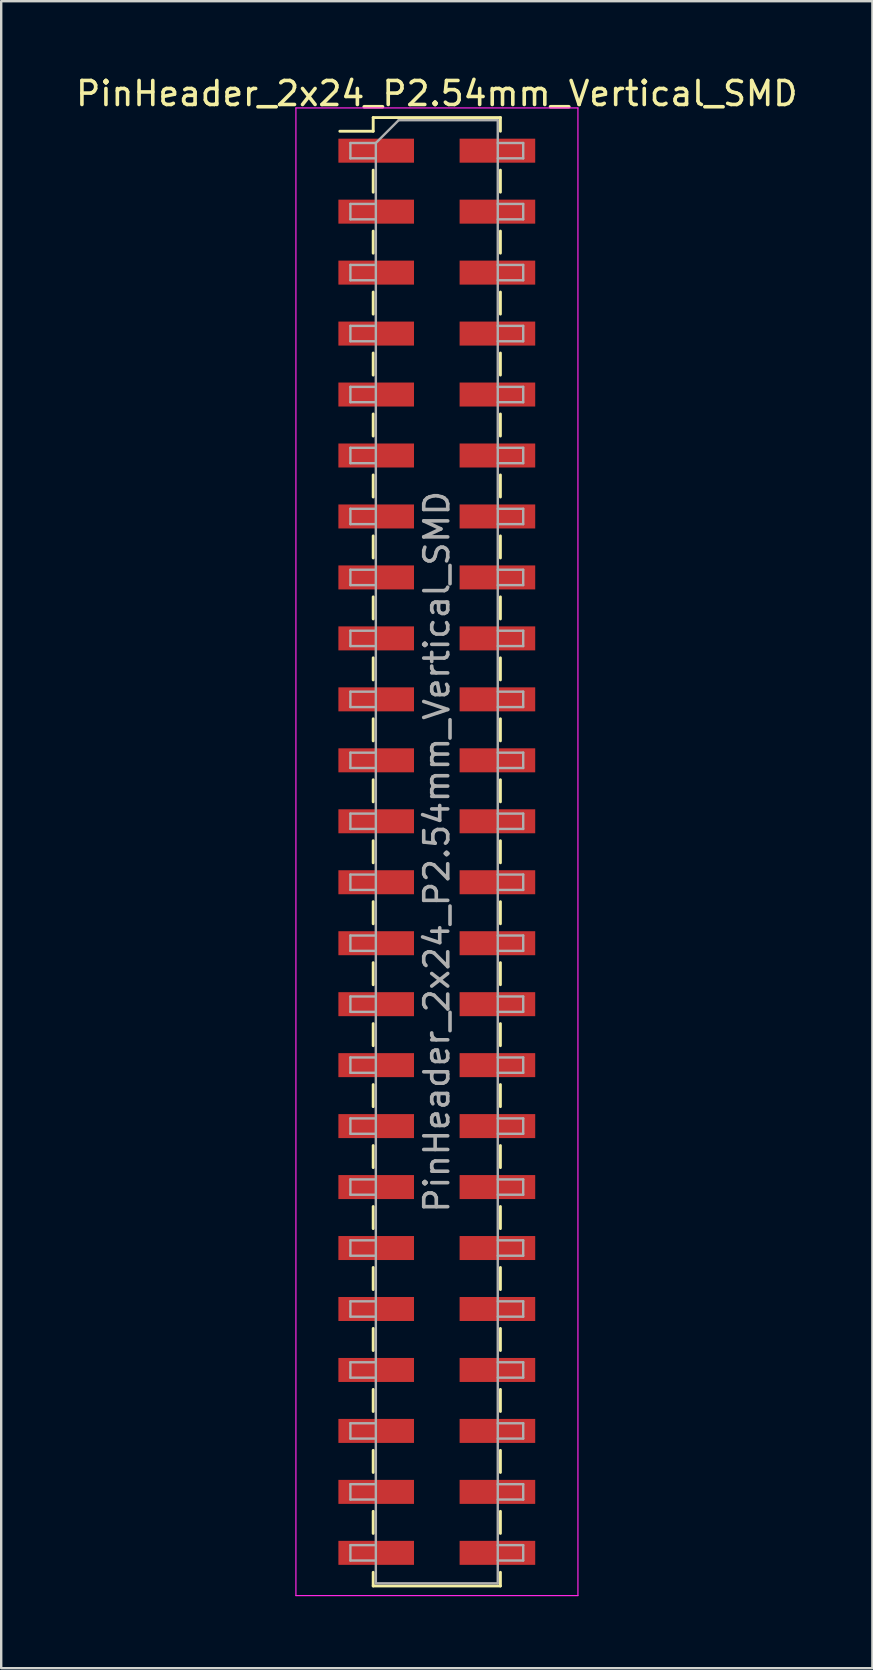
<source format=kicad_pcb>
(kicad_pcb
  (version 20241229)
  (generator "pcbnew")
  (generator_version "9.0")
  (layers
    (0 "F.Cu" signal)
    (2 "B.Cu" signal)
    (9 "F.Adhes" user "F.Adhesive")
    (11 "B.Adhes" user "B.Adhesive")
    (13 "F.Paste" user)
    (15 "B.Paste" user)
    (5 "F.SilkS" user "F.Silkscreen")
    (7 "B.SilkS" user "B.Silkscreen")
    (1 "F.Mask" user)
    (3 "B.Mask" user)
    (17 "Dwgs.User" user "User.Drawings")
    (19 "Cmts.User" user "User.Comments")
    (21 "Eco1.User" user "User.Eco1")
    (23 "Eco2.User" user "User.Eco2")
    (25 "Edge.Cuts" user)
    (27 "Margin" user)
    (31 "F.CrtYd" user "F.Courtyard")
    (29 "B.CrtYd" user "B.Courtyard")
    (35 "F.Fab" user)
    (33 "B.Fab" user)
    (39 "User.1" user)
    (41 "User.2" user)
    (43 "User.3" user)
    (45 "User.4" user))
  (footprint "PinHeader_2x24_P2.54mm_Vertical_SMD"
    (layer "F.Cu")
    (at 15.149 32.438)
    (property "Reference" "PinHeader_2x24_P2.54mm_Vertical_SMD" (at 0 -31.59 0) (layer "F.SilkS") (effects (font (size 1 1) (thickness 0.15))))
    (attr smd)
    (fp_line (start -4.04 -30.02) (end -2.65 -30.02) (stroke (width 0.12) (type solid)) (layer "F.SilkS"))
    (fp_line (start -2.65 -30.59) (end -2.65 -30.02) (stroke (width 0.12) (type solid)) (layer "F.SilkS"))
    (fp_line (start -2.65 -30.59) (end 2.65 -30.59) (stroke (width 0.12) (type solid)) (layer "F.SilkS"))
    (fp_line (start -2.65 -28.4) (end -2.65 -27.48) (stroke (width 0.12) (type solid)) (layer "F.SilkS"))
    (fp_line (start -2.65 -25.86) (end -2.65 -24.94) (stroke (width 0.12) (type solid)) (layer "F.SilkS"))
    (fp_line (start -2.65 -23.32) (end -2.65 -22.4) (stroke (width 0.12) (type solid)) (layer "F.SilkS"))
    (fp_line (start -2.65 -20.78) (end -2.65 -19.86) (stroke (width 0.12) (type solid)) (layer "F.SilkS"))
    (fp_line (start -2.65 -18.24) (end -2.65 -17.32) (stroke (width 0.12) (type solid)) (layer "F.SilkS"))
    (fp_line (start -2.65 -15.7) (end -2.65 -14.78) (stroke (width 0.12) (type solid)) (layer "F.SilkS"))
    (fp_line (start -2.65 -13.16) (end -2.65 -12.24) (stroke (width 0.12) (type solid)) (layer "F.SilkS"))
    (fp_line (start -2.65 -10.62) (end -2.65 -9.7) (stroke (width 0.12) (type solid)) (layer "F.SilkS"))
    (fp_line (start -2.65 -8.08) (end -2.65 -7.16) (stroke (width 0.12) (type solid)) (layer "F.SilkS"))
    (fp_line (start -2.65 -5.54) (end -2.65 -4.62) (stroke (width 0.12) (type solid)) (layer "F.SilkS"))
    (fp_line (start -2.65 -3) (end -2.65 -2.08) (stroke (width 0.12) (type solid)) (layer "F.SilkS"))
    (fp_line (start -2.65 -0.46) (end -2.65 0.46) (stroke (width 0.12) (type solid)) (layer "F.SilkS"))
    (fp_line (start -2.65 2.08) (end -2.65 3) (stroke (width 0.12) (type solid)) (layer "F.SilkS"))
    (fp_line (start -2.65 4.62) (end -2.65 5.54) (stroke (width 0.12) (type solid)) (layer "F.SilkS"))
    (fp_line (start -2.65 7.16) (end -2.65 8.08) (stroke (width 0.12) (type solid)) (layer "F.SilkS"))
    (fp_line (start -2.65 9.7) (end -2.65 10.62) (stroke (width 0.12) (type solid)) (layer "F.SilkS"))
    (fp_line (start -2.65 12.24) (end -2.65 13.16) (stroke (width 0.12) (type solid)) (layer "F.SilkS"))
    (fp_line (start -2.65 14.78) (end -2.65 15.7) (stroke (width 0.12) (type solid)) (layer "F.SilkS"))
    (fp_line (start -2.65 17.32) (end -2.65 18.24) (stroke (width 0.12) (type solid)) (layer "F.SilkS"))
    (fp_line (start -2.65 19.86) (end -2.65 20.78) (stroke (width 0.12) (type solid)) (layer "F.SilkS"))
    (fp_line (start -2.65 22.4) (end -2.65 23.32) (stroke (width 0.12) (type solid)) (layer "F.SilkS"))
    (fp_line (start -2.65 24.94) (end -2.65 25.86) (stroke (width 0.12) (type solid)) (layer "F.SilkS"))
    (fp_line (start -2.65 27.48) (end -2.65 28.4) (stroke (width 0.12) (type solid)) (layer "F.SilkS"))
    (fp_line (start -2.65 30.02) (end -2.65 30.59) (stroke (width 0.12) (type solid)) (layer "F.SilkS"))
    (fp_line (start -2.65 30.59) (end 2.65 30.59) (stroke (width 0.12) (type solid)) (layer "F.SilkS"))
    (fp_line (start 2.65 -30.59) (end 2.65 -30.02) (stroke (width 0.12) (type solid)) (layer "F.SilkS"))
    (fp_line (start 2.65 -28.4) (end 2.65 -27.48) (stroke (width 0.12) (type solid)) (layer "F.SilkS"))
    (fp_line (start 2.65 -25.86) (end 2.65 -24.94) (stroke (width 0.12) (type solid)) (layer "F.SilkS"))
    (fp_line (start 2.65 -23.32) (end 2.65 -22.4) (stroke (width 0.12) (type solid)) (layer "F.SilkS"))
    (fp_line (start 2.65 -20.78) (end 2.65 -19.86) (stroke (width 0.12) (type solid)) (layer "F.SilkS"))
    (fp_line (start 2.65 -18.24) (end 2.65 -17.32) (stroke (width 0.12) (type solid)) (layer "F.SilkS"))
    (fp_line (start 2.65 -15.7) (end 2.65 -14.78) (stroke (width 0.12) (type solid)) (layer "F.SilkS"))
    (fp_line (start 2.65 -13.16) (end 2.65 -12.24) (stroke (width 0.12) (type solid)) (layer "F.SilkS"))
    (fp_line (start 2.65 -10.62) (end 2.65 -9.7) (stroke (width 0.12) (type solid)) (layer "F.SilkS"))
    (fp_line (start 2.65 -8.08) (end 2.65 -7.16) (stroke (width 0.12) (type solid)) (layer "F.SilkS"))
    (fp_line (start 2.65 -5.54) (end 2.65 -4.62) (stroke (width 0.12) (type solid)) (layer "F.SilkS"))
    (fp_line (start 2.65 -3) (end 2.65 -2.08) (stroke (width 0.12) (type solid)) (layer "F.SilkS"))
    (fp_line (start 2.65 -0.46) (end 2.65 0.46) (stroke (width 0.12) (type solid)) (layer "F.SilkS"))
    (fp_line (start 2.65 2.08) (end 2.65 3) (stroke (width 0.12) (type solid)) (layer "F.SilkS"))
    (fp_line (start 2.65 4.62) (end 2.65 5.54) (stroke (width 0.12) (type solid)) (layer "F.SilkS"))
    (fp_line (start 2.65 7.16) (end 2.65 8.08) (stroke (width 0.12) (type solid)) (layer "F.SilkS"))
    (fp_line (start 2.65 9.7) (end 2.65 10.62) (stroke (width 0.12) (type solid)) (layer "F.SilkS"))
    (fp_line (start 2.65 12.24) (end 2.65 13.16) (stroke (width 0.12) (type solid)) (layer "F.SilkS"))
    (fp_line (start 2.65 14.78) (end 2.65 15.7) (stroke (width 0.12) (type solid)) (layer "F.SilkS"))
    (fp_line (start 2.65 17.32) (end 2.65 18.24) (stroke (width 0.12) (type solid)) (layer "F.SilkS"))
    (fp_line (start 2.65 19.86) (end 2.65 20.78) (stroke (width 0.12) (type solid)) (layer "F.SilkS"))
    (fp_line (start 2.65 22.4) (end 2.65 23.32) (stroke (width 0.12) (type solid)) (layer "F.SilkS"))
    (fp_line (start 2.65 24.94) (end 2.65 25.86) (stroke (width 0.12) (type solid)) (layer "F.SilkS"))
    (fp_line (start 2.65 27.48) (end 2.65 28.4) (stroke (width 0.12) (type solid)) (layer "F.SilkS"))
    (fp_line (start 2.65 30.02) (end 2.65 30.59) (stroke (width 0.12) (type solid)) (layer "F.SilkS"))
    (fp_line (start -5.87 -30.99) (end -5.87 30.99) (stroke (width 0.05) (type solid)) (layer "F.CrtYd"))
    (fp_line (start -5.87 30.99) (end 5.88 30.99) (stroke (width 0.05) (type solid)) (layer "F.CrtYd"))
    (fp_line (start 5.88 -30.99) (end -5.87 -30.99) (stroke (width 0.05) (type solid)) (layer "F.CrtYd"))
    (fp_line (start 5.88 30.99) (end 5.88 -30.99) (stroke (width 0.05) (type solid)) (layer "F.CrtYd"))
    (fp_line (start -3.6 -29.53) (end -3.6 -28.89) (stroke (width 0.1) (type solid)) (layer "F.Fab"))
    (fp_line (start -3.6 -28.89) (end -2.54 -28.89) (stroke (width 0.1) (type solid)) (layer "F.Fab"))
    (fp_line (start -3.6 -26.99) (end -3.6 -26.35) (stroke (width 0.1) (type solid)) (layer "F.Fab"))
    (fp_line (start -3.6 -26.35) (end -2.54 -26.35) (stroke (width 0.1) (type solid)) (layer "F.Fab"))
    (fp_line (start -3.6 -24.45) (end -3.6 -23.81) (stroke (width 0.1) (type solid)) (layer "F.Fab"))
    (fp_line (start -3.6 -23.81) (end -2.54 -23.81) (stroke (width 0.1) (type solid)) (layer "F.Fab"))
    (fp_line (start -3.6 -21.91) (end -3.6 -21.27) (stroke (width 0.1) (type solid)) (layer "F.Fab"))
    (fp_line (start -3.6 -21.27) (end -2.54 -21.27) (stroke (width 0.1) (type solid)) (layer "F.Fab"))
    (fp_line (start -3.6 -19.37) (end -3.6 -18.73) (stroke (width 0.1) (type solid)) (layer "F.Fab"))
    (fp_line (start -3.6 -18.73) (end -2.54 -18.73) (stroke (width 0.1) (type solid)) (layer "F.Fab"))
    (fp_line (start -3.6 -16.83) (end -3.6 -16.19) (stroke (width 0.1) (type solid)) (layer "F.Fab"))
    (fp_line (start -3.6 -16.19) (end -2.54 -16.19) (stroke (width 0.1) (type solid)) (layer "F.Fab"))
    (fp_line (start -3.6 -14.29) (end -3.6 -13.65) (stroke (width 0.1) (type solid)) (layer "F.Fab"))
    (fp_line (start -3.6 -13.65) (end -2.54 -13.65) (stroke (width 0.1) (type solid)) (layer "F.Fab"))
    (fp_line (start -3.6 -11.75) (end -3.6 -11.11) (stroke (width 0.1) (type solid)) (layer "F.Fab"))
    (fp_line (start -3.6 -11.11) (end -2.54 -11.11) (stroke (width 0.1) (type solid)) (layer "F.Fab"))
    (fp_line (start -3.6 -9.21) (end -3.6 -8.57) (stroke (width 0.1) (type solid)) (layer "F.Fab"))
    (fp_line (start -3.6 -8.57) (end -2.54 -8.57) (stroke (width 0.1) (type solid)) (layer "F.Fab"))
    (fp_line (start -3.6 -6.67) (end -3.6 -6.03) (stroke (width 0.1) (type solid)) (layer "F.Fab"))
    (fp_line (start -3.6 -6.03) (end -2.54 -6.03) (stroke (width 0.1) (type solid)) (layer "F.Fab"))
    (fp_line (start -3.6 -4.13) (end -3.6 -3.49) (stroke (width 0.1) (type solid)) (layer "F.Fab"))
    (fp_line (start -3.6 -3.49) (end -2.54 -3.49) (stroke (width 0.1) (type solid)) (layer "F.Fab"))
    (fp_line (start -3.6 -1.59) (end -3.6 -0.95) (stroke (width 0.1) (type solid)) (layer "F.Fab"))
    (fp_line (start -3.6 -0.95) (end -2.54 -0.95) (stroke (width 0.1) (type solid)) (layer "F.Fab"))
    (fp_line (start -3.6 0.95) (end -3.6 1.59) (stroke (width 0.1) (type solid)) (layer "F.Fab"))
    (fp_line (start -3.6 1.59) (end -2.54 1.59) (stroke (width 0.1) (type solid)) (layer "F.Fab"))
    (fp_line (start -3.6 3.49) (end -3.6 4.13) (stroke (width 0.1) (type solid)) (layer "F.Fab"))
    (fp_line (start -3.6 4.13) (end -2.54 4.13) (stroke (width 0.1) (type solid)) (layer "F.Fab"))
    (fp_line (start -3.6 6.03) (end -3.6 6.67) (stroke (width 0.1) (type solid)) (layer "F.Fab"))
    (fp_line (start -3.6 6.67) (end -2.54 6.67) (stroke (width 0.1) (type solid)) (layer "F.Fab"))
    (fp_line (start -3.6 8.57) (end -3.6 9.21) (stroke (width 0.1) (type solid)) (layer "F.Fab"))
    (fp_line (start -3.6 9.21) (end -2.54 9.21) (stroke (width 0.1) (type solid)) (layer "F.Fab"))
    (fp_line (start -3.6 11.11) (end -3.6 11.75) (stroke (width 0.1) (type solid)) (layer "F.Fab"))
    (fp_line (start -3.6 11.75) (end -2.54 11.75) (stroke (width 0.1) (type solid)) (layer "F.Fab"))
    (fp_line (start -3.6 13.65) (end -3.6 14.29) (stroke (width 0.1) (type solid)) (layer "F.Fab"))
    (fp_line (start -3.6 14.29) (end -2.54 14.29) (stroke (width 0.1) (type solid)) (layer "F.Fab"))
    (fp_line (start -3.6 16.19) (end -3.6 16.83) (stroke (width 0.1) (type solid)) (layer "F.Fab"))
    (fp_line (start -3.6 16.83) (end -2.54 16.83) (stroke (width 0.1) (type solid)) (layer "F.Fab"))
    (fp_line (start -3.6 18.73) (end -3.6 19.37) (stroke (width 0.1) (type solid)) (layer "F.Fab"))
    (fp_line (start -3.6 19.37) (end -2.54 19.37) (stroke (width 0.1) (type solid)) (layer "F.Fab"))
    (fp_line (start -3.6 21.27) (end -3.6 21.91) (stroke (width 0.1) (type solid)) (layer "F.Fab"))
    (fp_line (start -3.6 21.91) (end -2.54 21.91) (stroke (width 0.1) (type solid)) (layer "F.Fab"))
    (fp_line (start -3.6 23.81) (end -3.6 24.45) (stroke (width 0.1) (type solid)) (layer "F.Fab"))
    (fp_line (start -3.6 24.45) (end -2.54 24.45) (stroke (width 0.1) (type solid)) (layer "F.Fab"))
    (fp_line (start -3.6 26.35) (end -3.6 26.99) (stroke (width 0.1) (type solid)) (layer "F.Fab"))
    (fp_line (start -3.6 26.99) (end -2.54 26.99) (stroke (width 0.1) (type solid)) (layer "F.Fab"))
    (fp_line (start -3.6 28.89) (end -3.6 29.53) (stroke (width 0.1) (type solid)) (layer "F.Fab"))
    (fp_line (start -3.6 29.53) (end -2.54 29.53) (stroke (width 0.1) (type solid)) (layer "F.Fab"))
    (fp_line (start -2.54 -29.53) (end -3.6 -29.53) (stroke (width 0.1) (type solid)) (layer "F.Fab"))
    (fp_line (start -2.54 -29.53) (end -1.59 -30.48) (stroke (width 0.1) (type solid)) (layer "F.Fab"))
    (fp_line (start -2.54 -26.99) (end -3.6 -26.99) (stroke (width 0.1) (type solid)) (layer "F.Fab"))
    (fp_line (start -2.54 -24.45) (end -3.6 -24.45) (stroke (width 0.1) (type solid)) (layer "F.Fab"))
    (fp_line (start -2.54 -21.91) (end -3.6 -21.91) (stroke (width 0.1) (type solid)) (layer "F.Fab"))
    (fp_line (start -2.54 -19.37) (end -3.6 -19.37) (stroke (width 0.1) (type solid)) (layer "F.Fab"))
    (fp_line (start -2.54 -16.83) (end -3.6 -16.83) (stroke (width 0.1) (type solid)) (layer "F.Fab"))
    (fp_line (start -2.54 -14.29) (end -3.6 -14.29) (stroke (width 0.1) (type solid)) (layer "F.Fab"))
    (fp_line (start -2.54 -11.75) (end -3.6 -11.75) (stroke (width 0.1) (type solid)) (layer "F.Fab"))
    (fp_line (start -2.54 -9.21) (end -3.6 -9.21) (stroke (width 0.1) (type solid)) (layer "F.Fab"))
    (fp_line (start -2.54 -6.67) (end -3.6 -6.67) (stroke (width 0.1) (type solid)) (layer "F.Fab"))
    (fp_line (start -2.54 -4.13) (end -3.6 -4.13) (stroke (width 0.1) (type solid)) (layer "F.Fab"))
    (fp_line (start -2.54 -1.59) (end -3.6 -1.59) (stroke (width 0.1) (type solid)) (layer "F.Fab"))
    (fp_line (start -2.54 0.95) (end -3.6 0.95) (stroke (width 0.1) (type solid)) (layer "F.Fab"))
    (fp_line (start -2.54 3.49) (end -3.6 3.49) (stroke (width 0.1) (type solid)) (layer "F.Fab"))
    (fp_line (start -2.54 6.03) (end -3.6 6.03) (stroke (width 0.1) (type solid)) (layer "F.Fab"))
    (fp_line (start -2.54 8.57) (end -3.6 8.57) (stroke (width 0.1) (type solid)) (layer "F.Fab"))
    (fp_line (start -2.54 11.11) (end -3.6 11.11) (stroke (width 0.1) (type solid)) (layer "F.Fab"))
    (fp_line (start -2.54 13.65) (end -3.6 13.65) (stroke (width 0.1) (type solid)) (layer "F.Fab"))
    (fp_line (start -2.54 16.19) (end -3.6 16.19) (stroke (width 0.1) (type solid)) (layer "F.Fab"))
    (fp_line (start -2.54 18.73) (end -3.6 18.73) (stroke (width 0.1) (type solid)) (layer "F.Fab"))
    (fp_line (start -2.54 21.27) (end -3.6 21.27) (stroke (width 0.1) (type solid)) (layer "F.Fab"))
    (fp_line (start -2.54 23.81) (end -3.6 23.81) (stroke (width 0.1) (type solid)) (layer "F.Fab"))
    (fp_line (start -2.54 26.35) (end -3.6 26.35) (stroke (width 0.1) (type solid)) (layer "F.Fab"))
    (fp_line (start -2.54 28.89) (end -3.6 28.89) (stroke (width 0.1) (type solid)) (layer "F.Fab"))
    (fp_line (start -2.54 30.48) (end -2.54 -29.53) (stroke (width 0.1) (type solid)) (layer "F.Fab"))
    (fp_line (start -1.59 -30.48) (end 2.54 -30.48) (stroke (width 0.1) (type solid)) (layer "F.Fab"))
    (fp_line (start 2.54 -30.48) (end 2.54 30.48) (stroke (width 0.1) (type solid)) (layer "F.Fab"))
    (fp_line (start 2.54 -29.53) (end 3.6 -29.53) (stroke (width 0.1) (type solid)) (layer "F.Fab"))
    (fp_line (start 2.54 -26.99) (end 3.6 -26.99) (stroke (width 0.1) (type solid)) (layer "F.Fab"))
    (fp_line (start 2.54 -24.45) (end 3.6 -24.45) (stroke (width 0.1) (type solid)) (layer "F.Fab"))
    (fp_line (start 2.54 -21.91) (end 3.6 -21.91) (stroke (width 0.1) (type solid)) (layer "F.Fab"))
    (fp_line (start 2.54 -19.37) (end 3.6 -19.37) (stroke (width 0.1) (type solid)) (layer "F.Fab"))
    (fp_line (start 2.54 -16.83) (end 3.6 -16.83) (stroke (width 0.1) (type solid)) (layer "F.Fab"))
    (fp_line (start 2.54 -14.29) (end 3.6 -14.29) (stroke (width 0.1) (type solid)) (layer "F.Fab"))
    (fp_line (start 2.54 -11.75) (end 3.6 -11.75) (stroke (width 0.1) (type solid)) (layer "F.Fab"))
    (fp_line (start 2.54 -9.21) (end 3.6 -9.21) (stroke (width 0.1) (type solid)) (layer "F.Fab"))
    (fp_line (start 2.54 -6.67) (end 3.6 -6.67) (stroke (width 0.1) (type solid)) (layer "F.Fab"))
    (fp_line (start 2.54 -4.13) (end 3.6 -4.13) (stroke (width 0.1) (type solid)) (layer "F.Fab"))
    (fp_line (start 2.54 -1.59) (end 3.6 -1.59) (stroke (width 0.1) (type solid)) (layer "F.Fab"))
    (fp_line (start 2.54 0.95) (end 3.6 0.95) (stroke (width 0.1) (type solid)) (layer "F.Fab"))
    (fp_line (start 2.54 3.49) (end 3.6 3.49) (stroke (width 0.1) (type solid)) (layer "F.Fab"))
    (fp_line (start 2.54 6.03) (end 3.6 6.03) (stroke (width 0.1) (type solid)) (layer "F.Fab"))
    (fp_line (start 2.54 8.57) (end 3.6 8.57) (stroke (width 0.1) (type solid)) (layer "F.Fab"))
    (fp_line (start 2.54 11.11) (end 3.6 11.11) (stroke (width 0.1) (type solid)) (layer "F.Fab"))
    (fp_line (start 2.54 13.65) (end 3.6 13.65) (stroke (width 0.1) (type solid)) (layer "F.Fab"))
    (fp_line (start 2.54 16.19) (end 3.6 16.19) (stroke (width 0.1) (type solid)) (layer "F.Fab"))
    (fp_line (start 2.54 18.73) (end 3.6 18.73) (stroke (width 0.1) (type solid)) (layer "F.Fab"))
    (fp_line (start 2.54 21.27) (end 3.6 21.27) (stroke (width 0.1) (type solid)) (layer "F.Fab"))
    (fp_line (start 2.54 23.81) (end 3.6 23.81) (stroke (width 0.1) (type solid)) (layer "F.Fab"))
    (fp_line (start 2.54 26.35) (end 3.6 26.35) (stroke (width 0.1) (type solid)) (layer "F.Fab"))
    (fp_line (start 2.54 28.89) (end 3.6 28.89) (stroke (width 0.1) (type solid)) (layer "F.Fab"))
    (fp_line (start 2.54 30.48) (end -2.54 30.48) (stroke (width 0.1) (type solid)) (layer "F.Fab"))
    (fp_line (start 3.6 -29.53) (end 3.6 -28.89) (stroke (width 0.1) (type solid)) (layer "F.Fab"))
    (fp_line (start 3.6 -28.89) (end 2.54 -28.89) (stroke (width 0.1) (type solid)) (layer "F.Fab"))
    (fp_line (start 3.6 -26.99) (end 3.6 -26.35) (stroke (width 0.1) (type solid)) (layer "F.Fab"))
    (fp_line (start 3.6 -26.35) (end 2.54 -26.35) (stroke (width 0.1) (type solid)) (layer "F.Fab"))
    (fp_line (start 3.6 -24.45) (end 3.6 -23.81) (stroke (width 0.1) (type solid)) (layer "F.Fab"))
    (fp_line (start 3.6 -23.81) (end 2.54 -23.81) (stroke (width 0.1) (type solid)) (layer "F.Fab"))
    (fp_line (start 3.6 -21.91) (end 3.6 -21.27) (stroke (width 0.1) (type solid)) (layer "F.Fab"))
    (fp_line (start 3.6 -21.27) (end 2.54 -21.27) (stroke (width 0.1) (type solid)) (layer "F.Fab"))
    (fp_line (start 3.6 -19.37) (end 3.6 -18.73) (stroke (width 0.1) (type solid)) (layer "F.Fab"))
    (fp_line (start 3.6 -18.73) (end 2.54 -18.73) (stroke (width 0.1) (type solid)) (layer "F.Fab"))
    (fp_line (start 3.6 -16.83) (end 3.6 -16.19) (stroke (width 0.1) (type solid)) (layer "F.Fab"))
    (fp_line (start 3.6 -16.19) (end 2.54 -16.19) (stroke (width 0.1) (type solid)) (layer "F.Fab"))
    (fp_line (start 3.6 -14.29) (end 3.6 -13.65) (stroke (width 0.1) (type solid)) (layer "F.Fab"))
    (fp_line (start 3.6 -13.65) (end 2.54 -13.65) (stroke (width 0.1) (type solid)) (layer "F.Fab"))
    (fp_line (start 3.6 -11.75) (end 3.6 -11.11) (stroke (width 0.1) (type solid)) (layer "F.Fab"))
    (fp_line (start 3.6 -11.11) (end 2.54 -11.11) (stroke (width 0.1) (type solid)) (layer "F.Fab"))
    (fp_line (start 3.6 -9.21) (end 3.6 -8.57) (stroke (width 0.1) (type solid)) (layer "F.Fab"))
    (fp_line (start 3.6 -8.57) (end 2.54 -8.57) (stroke (width 0.1) (type solid)) (layer "F.Fab"))
    (fp_line (start 3.6 -6.67) (end 3.6 -6.03) (stroke (width 0.1) (type solid)) (layer "F.Fab"))
    (fp_line (start 3.6 -6.03) (end 2.54 -6.03) (stroke (width 0.1) (type solid)) (layer "F.Fab"))
    (fp_line (start 3.6 -4.13) (end 3.6 -3.49) (stroke (width 0.1) (type solid)) (layer "F.Fab"))
    (fp_line (start 3.6 -3.49) (end 2.54 -3.49) (stroke (width 0.1) (type solid)) (layer "F.Fab"))
    (fp_line (start 3.6 -1.59) (end 3.6 -0.95) (stroke (width 0.1) (type solid)) (layer "F.Fab"))
    (fp_line (start 3.6 -0.95) (end 2.54 -0.95) (stroke (width 0.1) (type solid)) (layer "F.Fab"))
    (fp_line (start 3.6 0.95) (end 3.6 1.59) (stroke (width 0.1) (type solid)) (layer "F.Fab"))
    (fp_line (start 3.6 1.59) (end 2.54 1.59) (stroke (width 0.1) (type solid)) (layer "F.Fab"))
    (fp_line (start 3.6 3.49) (end 3.6 4.13) (stroke (width 0.1) (type solid)) (layer "F.Fab"))
    (fp_line (start 3.6 4.13) (end 2.54 4.13) (stroke (width 0.1) (type solid)) (layer "F.Fab"))
    (fp_line (start 3.6 6.03) (end 3.6 6.67) (stroke (width 0.1) (type solid)) (layer "F.Fab"))
    (fp_line (start 3.6 6.67) (end 2.54 6.67) (stroke (width 0.1) (type solid)) (layer "F.Fab"))
    (fp_line (start 3.6 8.57) (end 3.6 9.21) (stroke (width 0.1) (type solid)) (layer "F.Fab"))
    (fp_line (start 3.6 9.21) (end 2.54 9.21) (stroke (width 0.1) (type solid)) (layer "F.Fab"))
    (fp_line (start 3.6 11.11) (end 3.6 11.75) (stroke (width 0.1) (type solid)) (layer "F.Fab"))
    (fp_line (start 3.6 11.75) (end 2.54 11.75) (stroke (width 0.1) (type solid)) (layer "F.Fab"))
    (fp_line (start 3.6 13.65) (end 3.6 14.29) (stroke (width 0.1) (type solid)) (layer "F.Fab"))
    (fp_line (start 3.6 14.29) (end 2.54 14.29) (stroke (width 0.1) (type solid)) (layer "F.Fab"))
    (fp_line (start 3.6 16.19) (end 3.6 16.83) (stroke (width 0.1) (type solid)) (layer "F.Fab"))
    (fp_line (start 3.6 16.83) (end 2.54 16.83) (stroke (width 0.1) (type solid)) (layer "F.Fab"))
    (fp_line (start 3.6 18.73) (end 3.6 19.37) (stroke (width 0.1) (type solid)) (layer "F.Fab"))
    (fp_line (start 3.6 19.37) (end 2.54 19.37) (stroke (width 0.1) (type solid)) (layer "F.Fab"))
    (fp_line (start 3.6 21.27) (end 3.6 21.91) (stroke (width 0.1) (type solid)) (layer "F.Fab"))
    (fp_line (start 3.6 21.91) (end 2.54 21.91) (stroke (width 0.1) (type solid)) (layer "F.Fab"))
    (fp_line (start 3.6 23.81) (end 3.6 24.45) (stroke (width 0.1) (type solid)) (layer "F.Fab"))
    (fp_line (start 3.6 24.45) (end 2.54 24.45) (stroke (width 0.1) (type solid)) (layer "F.Fab"))
    (fp_line (start 3.6 26.35) (end 3.6 26.99) (stroke (width 0.1) (type solid)) (layer "F.Fab"))
    (fp_line (start 3.6 26.99) (end 2.54 26.99) (stroke (width 0.1) (type solid)) (layer "F.Fab"))
    (fp_line (start 3.6 28.89) (end 3.6 29.53) (stroke (width 0.1) (type solid)) (layer "F.Fab"))
    (fp_line (start 3.6 29.53) (end 2.54 29.53) (stroke (width 0.1) (type solid)) (layer "F.Fab"))
    (fp_text user "${REFERENCE}" (at 0 0 90) (layer "F.Fab") (effects (font (size 1 1) (thickness 0.15))))
    (pad "1" smd rect (at -2.525 -29.21) (size 3.15 1) (layers "F.Cu" "F.Mask" "F.Paste"))
    (pad "2" smd rect (at 2.525 -29.21) (size 3.15 1) (layers "F.Cu" "F.Mask" "F.Paste"))
    (pad "3" smd rect (at -2.525 -26.67) (size 3.15 1) (layers "F.Cu" "F.Mask" "F.Paste"))
    (pad "4" smd rect (at 2.525 -26.67) (size 3.15 1) (layers "F.Cu" "F.Mask" "F.Paste"))
    (pad "5" smd rect (at -2.525 -24.13) (size 3.15 1) (layers "F.Cu" "F.Mask" "F.Paste"))
    (pad "6" smd rect (at 2.525 -24.13) (size 3.15 1) (layers "F.Cu" "F.Mask" "F.Paste"))
    (pad "7" smd rect (at -2.525 -21.59) (size 3.15 1) (layers "F.Cu" "F.Mask" "F.Paste"))
    (pad "8" smd rect (at 2.525 -21.59) (size 3.15 1) (layers "F.Cu" "F.Mask" "F.Paste"))
    (pad "9" smd rect (at -2.525 -19.05) (size 3.15 1) (layers "F.Cu" "F.Mask" "F.Paste"))
    (pad "10" smd rect (at 2.525 -19.05) (size 3.15 1) (layers "F.Cu" "F.Mask" "F.Paste"))
    (pad "11" smd rect (at -2.525 -16.51) (size 3.15 1) (layers "F.Cu" "F.Mask" "F.Paste"))
    (pad "12" smd rect (at 2.525 -16.51) (size 3.15 1) (layers "F.Cu" "F.Mask" "F.Paste"))
    (pad "13" smd rect (at -2.525 -13.97) (size 3.15 1) (layers "F.Cu" "F.Mask" "F.Paste"))
    (pad "14" smd rect (at 2.525 -13.97) (size 3.15 1) (layers "F.Cu" "F.Mask" "F.Paste"))
    (pad "15" smd rect (at -2.525 -11.43) (size 3.15 1) (layers "F.Cu" "F.Mask" "F.Paste"))
    (pad "16" smd rect (at 2.525 -11.43) (size 3.15 1) (layers "F.Cu" "F.Mask" "F.Paste"))
    (pad "17" smd rect (at -2.525 -8.89) (size 3.15 1) (layers "F.Cu" "F.Mask" "F.Paste"))
    (pad "18" smd rect (at 2.525 -8.89) (size 3.15 1) (layers "F.Cu" "F.Mask" "F.Paste"))
    (pad "19" smd rect (at -2.525 -6.35) (size 3.15 1) (layers "F.Cu" "F.Mask" "F.Paste"))
    (pad "20" smd rect (at 2.525 -6.35) (size 3.15 1) (layers "F.Cu" "F.Mask" "F.Paste"))
    (pad "21" smd rect (at -2.525 -3.81) (size 3.15 1) (layers "F.Cu" "F.Mask" "F.Paste"))
    (pad "22" smd rect (at 2.525 -3.81) (size 3.15 1) (layers "F.Cu" "F.Mask" "F.Paste"))
    (pad "23" smd rect (at -2.525 -1.27) (size 3.15 1) (layers "F.Cu" "F.Mask" "F.Paste"))
    (pad "24" smd rect (at 2.525 -1.27) (size 3.15 1) (layers "F.Cu" "F.Mask" "F.Paste"))
    (pad "25" smd rect (at -2.525 1.27) (size 3.15 1) (layers "F.Cu" "F.Mask" "F.Paste"))
    (pad "26" smd rect (at 2.525 1.27) (size 3.15 1) (layers "F.Cu" "F.Mask" "F.Paste"))
    (pad "27" smd rect (at -2.525 3.81) (size 3.15 1) (layers "F.Cu" "F.Mask" "F.Paste"))
    (pad "28" smd rect (at 2.525 3.81) (size 3.15 1) (layers "F.Cu" "F.Mask" "F.Paste"))
    (pad "29" smd rect (at -2.525 6.35) (size 3.15 1) (layers "F.Cu" "F.Mask" "F.Paste"))
    (pad "30" smd rect (at 2.525 6.35) (size 3.15 1) (layers "F.Cu" "F.Mask" "F.Paste"))
    (pad "31" smd rect (at -2.525 8.89) (size 3.15 1) (layers "F.Cu" "F.Mask" "F.Paste"))
    (pad "32" smd rect (at 2.525 8.89) (size 3.15 1) (layers "F.Cu" "F.Mask" "F.Paste"))
    (pad "33" smd rect (at -2.525 11.43) (size 3.15 1) (layers "F.Cu" "F.Mask" "F.Paste"))
    (pad "34" smd rect (at 2.525 11.43) (size 3.15 1) (layers "F.Cu" "F.Mask" "F.Paste"))
    (pad "35" smd rect (at -2.525 13.97) (size 3.15 1) (layers "F.Cu" "F.Mask" "F.Paste"))
    (pad "36" smd rect (at 2.525 13.97) (size 3.15 1) (layers "F.Cu" "F.Mask" "F.Paste"))
    (pad "37" smd rect (at -2.525 16.51) (size 3.15 1) (layers "F.Cu" "F.Mask" "F.Paste"))
    (pad "38" smd rect (at 2.525 16.51) (size 3.15 1) (layers "F.Cu" "F.Mask" "F.Paste"))
    (pad "39" smd rect (at -2.525 19.05) (size 3.15 1) (layers "F.Cu" "F.Mask" "F.Paste"))
    (pad "40" smd rect (at 2.525 19.05) (size 3.15 1) (layers "F.Cu" "F.Mask" "F.Paste"))
    (pad "41" smd rect (at -2.525 21.59) (size 3.15 1) (layers "F.Cu" "F.Mask" "F.Paste"))
    (pad "42" smd rect (at 2.525 21.59) (size 3.15 1) (layers "F.Cu" "F.Mask" "F.Paste"))
    (pad "43" smd rect (at -2.525 24.13) (size 3.15 1) (layers "F.Cu" "F.Mask" "F.Paste"))
    (pad "44" smd rect (at 2.525 24.13) (size 3.15 1) (layers "F.Cu" "F.Mask" "F.Paste"))
    (pad "45" smd rect (at -2.525 26.67) (size 3.15 1) (layers "F.Cu" "F.Mask" "F.Paste"))
    (pad "46" smd rect (at 2.525 26.67) (size 3.15 1) (layers "F.Cu" "F.Mask" "F.Paste"))
    (pad "47" smd rect (at -2.525 29.21) (size 3.15 1) (layers "F.Cu" "F.Mask" "F.Paste"))
    (pad "48" smd rect (at 2.525 29.21) (size 3.15 1) (layers "F.Cu" "F.Mask" "F.Paste")))
  (gr_rect
    (start -3 -3)
    (end 33.298 66.453)
    (stroke (width 0.1) (type default))
    (fill no)
    (layer "Edge.Cuts")))
</source>
